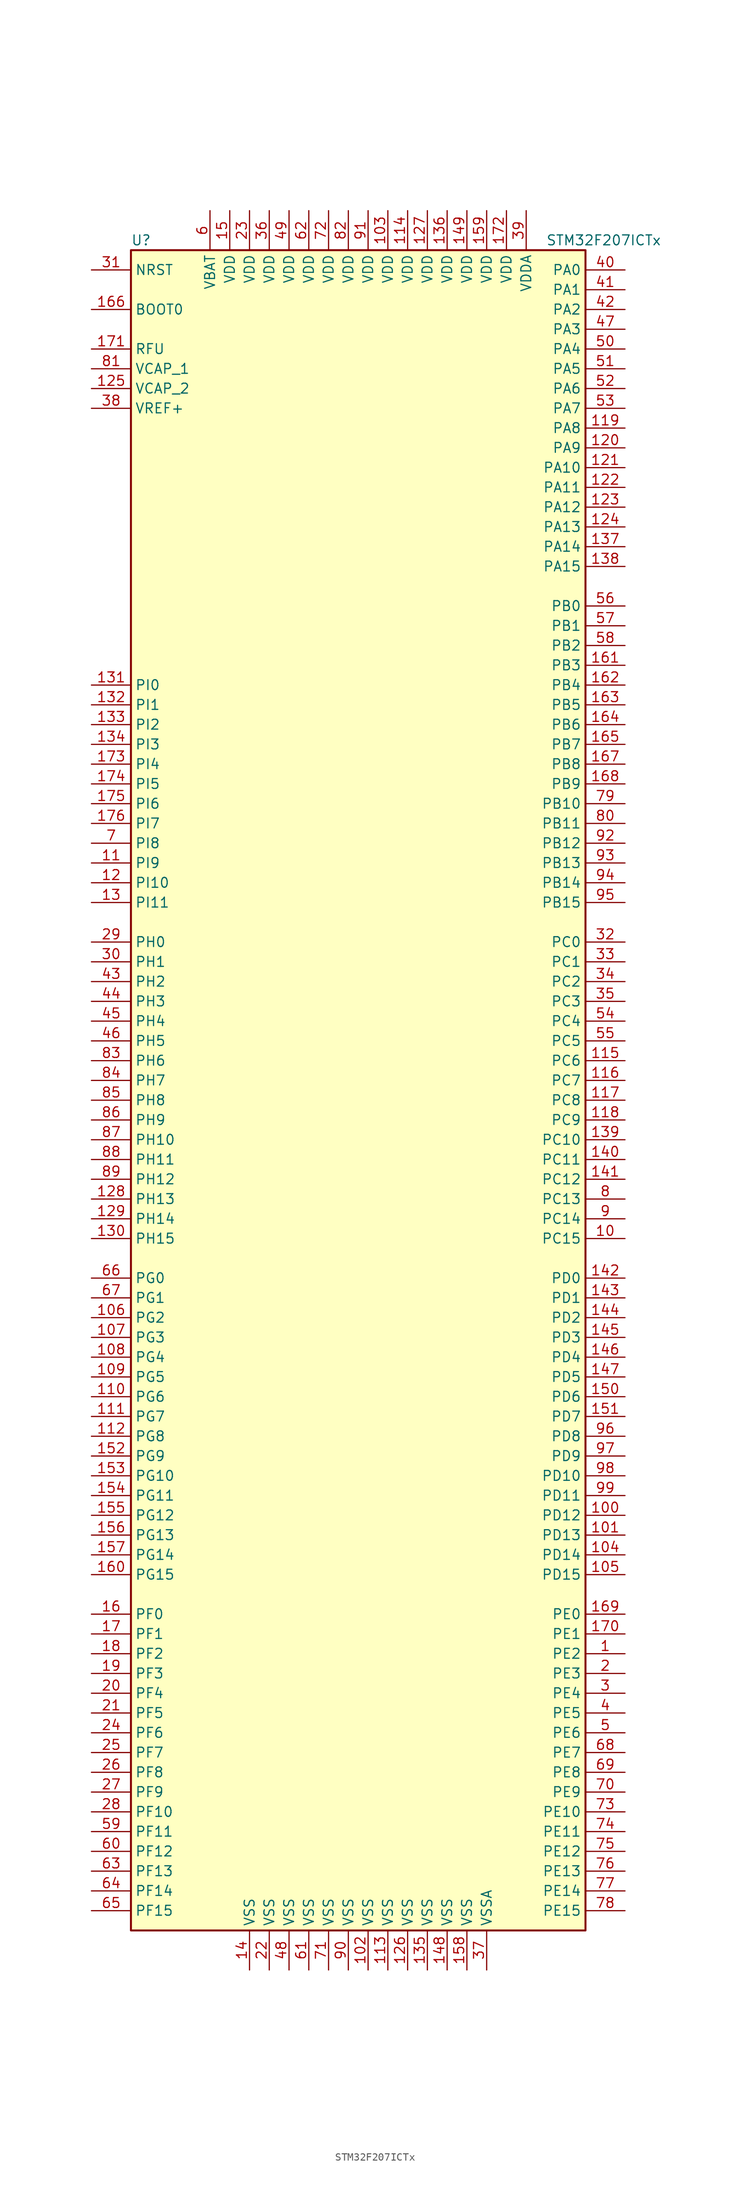
<source format=kicad_sym>
(kicad_symbol_lib
  (version 20201005)
  (generator kicad_symbol_editor)
  (symbol "STM32F207ICTx"
    (property "Reference" "U"
      (at -30.48 107.95 0)
      (effects (font (size 1.27 1.27)) (justify left)))
    (property "Value" "STM32F207ICTx"
      (at 22.86 107.95 0)
      (effects (font (size 1.27 1.27)) (justify left)))
    (symbol "STM32F207ICTx_0_1"
      (rectangle (start -30.48 -109.22) (end 27.94 106.68) (stroke (width 0.254)) (fill (type background))))
    (symbol "STM32F207ICTx_1_1"
      (pin bidirectional line (at 33.02 -73.66 180) (length 5.08) (name "PE2" (effects (font (size 1.27 1.27)))) (number "1" (effects (font (size 1.27 1.27)))))
      (pin bidirectional line (at 33.02 -20.32 180) (length 5.08) (name "PC15" (effects (font (size 1.27 1.27)))) (number "10" (effects (font (size 1.27 1.27)))))
      (pin bidirectional line (at 33.02 -55.88 180) (length 5.08) (name "PD12" (effects (font (size 1.27 1.27)))) (number "100" (effects (font (size 1.27 1.27)))))
      (pin bidirectional line (at 33.02 -58.42 180) (length 5.08) (name "PD13" (effects (font (size 1.27 1.27)))) (number "101" (effects (font (size 1.27 1.27)))))
      (pin power_in line (at 0 -114.3 90) (length 5.08) (name "VSS" (effects (font (size 1.27 1.27)))) (number "102" (effects (font (size 1.27 1.27)))))
      (pin power_in line (at 2.54 111.76 270) (length 5.08) (name "VDD" (effects (font (size 1.27 1.27)))) (number "103" (effects (font (size 1.27 1.27)))))
      (pin bidirectional line (at 33.02 -60.96 180) (length 5.08) (name "PD14" (effects (font (size 1.27 1.27)))) (number "104" (effects (font (size 1.27 1.27)))))
      (pin bidirectional line (at 33.02 -63.5 180) (length 5.08) (name "PD15" (effects (font (size 1.27 1.27)))) (number "105" (effects (font (size 1.27 1.27)))))
      (pin bidirectional line (at -35.56 -30.48 0) (length 5.08) (name "PG2" (effects (font (size 1.27 1.27)))) (number "106" (effects (font (size 1.27 1.27)))))
      (pin bidirectional line (at -35.56 -33.02 0) (length 5.08) (name "PG3" (effects (font (size 1.27 1.27)))) (number "107" (effects (font (size 1.27 1.27)))))
      (pin bidirectional line (at -35.56 -35.56 0) (length 5.08) (name "PG4" (effects (font (size 1.27 1.27)))) (number "108" (effects (font (size 1.27 1.27)))))
      (pin bidirectional line (at -35.56 -38.1 0) (length 5.08) (name "PG5" (effects (font (size 1.27 1.27)))) (number "109" (effects (font (size 1.27 1.27)))))
      (pin bidirectional line (at -35.56 27.94 0) (length 5.08) (name "PI9" (effects (font (size 1.27 1.27)))) (number "11" (effects (font (size 1.27 1.27)))))
      (pin bidirectional line (at -35.56 -40.64 0) (length 5.08) (name "PG6" (effects (font (size 1.27 1.27)))) (number "110" (effects (font (size 1.27 1.27)))))
      (pin bidirectional line (at -35.56 -43.18 0) (length 5.08) (name "PG7" (effects (font (size 1.27 1.27)))) (number "111" (effects (font (size 1.27 1.27)))))
      (pin bidirectional line (at -35.56 -45.72 0) (length 5.08) (name "PG8" (effects (font (size 1.27 1.27)))) (number "112" (effects (font (size 1.27 1.27)))))
      (pin power_in line (at 2.54 -114.3 90) (length 5.08) (name "VSS" (effects (font (size 1.27 1.27)))) (number "113" (effects (font (size 1.27 1.27)))))
      (pin power_in line (at 5.08 111.76 270) (length 5.08) (name "VDD" (effects (font (size 1.27 1.27)))) (number "114" (effects (font (size 1.27 1.27)))))
      (pin bidirectional line (at 33.02 2.54 180) (length 5.08) (name "PC6" (effects (font (size 1.27 1.27)))) (number "115" (effects (font (size 1.27 1.27)))))
      (pin bidirectional line (at 33.02 0 180) (length 5.08) (name "PC7" (effects (font (size 1.27 1.27)))) (number "116" (effects (font (size 1.27 1.27)))))
      (pin bidirectional line (at 33.02 -2.54 180) (length 5.08) (name "PC8" (effects (font (size 1.27 1.27)))) (number "117" (effects (font (size 1.27 1.27)))))
      (pin bidirectional line (at 33.02 -5.08 180) (length 5.08) (name "PC9" (effects (font (size 1.27 1.27)))) (number "118" (effects (font (size 1.27 1.27)))))
      (pin bidirectional line (at 33.02 83.82 180) (length 5.08) (name "PA8" (effects (font (size 1.27 1.27)))) (number "119" (effects (font (size 1.27 1.27)))))
      (pin bidirectional line (at -35.56 25.4 0) (length 5.08) (name "PI10" (effects (font (size 1.27 1.27)))) (number "12" (effects (font (size 1.27 1.27)))))
      (pin bidirectional line (at 33.02 81.28 180) (length 5.08) (name "PA9" (effects (font (size 1.27 1.27)))) (number "120" (effects (font (size 1.27 1.27)))))
      (pin bidirectional line (at 33.02 78.74 180) (length 5.08) (name "PA10" (effects (font (size 1.27 1.27)))) (number "121" (effects (font (size 1.27 1.27)))))
      (pin bidirectional line (at 33.02 76.2 180) (length 5.08) (name "PA11" (effects (font (size 1.27 1.27)))) (number "122" (effects (font (size 1.27 1.27)))))
      (pin bidirectional line (at 33.02 73.66 180) (length 5.08) (name "PA12" (effects (font (size 1.27 1.27)))) (number "123" (effects (font (size 1.27 1.27)))))
      (pin bidirectional line (at 33.02 71.12 180) (length 5.08) (name "PA13" (effects (font (size 1.27 1.27)))) (number "124" (effects (font (size 1.27 1.27)))))
      (pin power_in line (at -35.56 88.9 0) (length 5.08) (name "VCAP_2" (effects (font (size 1.27 1.27)))) (number "125" (effects (font (size 1.27 1.27)))))
      (pin power_in line (at 5.08 -114.3 90) (length 5.08) (name "VSS" (effects (font (size 1.27 1.27)))) (number "126" (effects (font (size 1.27 1.27)))))
      (pin power_in line (at 7.62 111.76 270) (length 5.08) (name "VDD" (effects (font (size 1.27 1.27)))) (number "127" (effects (font (size 1.27 1.27)))))
      (pin bidirectional line (at -35.56 -15.24 0) (length 5.08) (name "PH13" (effects (font (size 1.27 1.27)))) (number "128" (effects (font (size 1.27 1.27)))))
      (pin bidirectional line (at -35.56 -17.78 0) (length 5.08) (name "PH14" (effects (font (size 1.27 1.27)))) (number "129" (effects (font (size 1.27 1.27)))))
      (pin bidirectional line (at -35.56 22.86 0) (length 5.08) (name "PI11" (effects (font (size 1.27 1.27)))) (number "13" (effects (font (size 1.27 1.27)))))
      (pin bidirectional line (at -35.56 -20.32 0) (length 5.08) (name "PH15" (effects (font (size 1.27 1.27)))) (number "130" (effects (font (size 1.27 1.27)))))
      (pin bidirectional line (at -35.56 50.8 0) (length 5.08) (name "PI0" (effects (font (size 1.27 1.27)))) (number "131" (effects (font (size 1.27 1.27)))))
      (pin bidirectional line (at -35.56 48.26 0) (length 5.08) (name "PI1" (effects (font (size 1.27 1.27)))) (number "132" (effects (font (size 1.27 1.27)))))
      (pin bidirectional line (at -35.56 45.72 0) (length 5.08) (name "PI2" (effects (font (size 1.27 1.27)))) (number "133" (effects (font (size 1.27 1.27)))))
      (pin bidirectional line (at -35.56 43.18 0) (length 5.08) (name "PI3" (effects (font (size 1.27 1.27)))) (number "134" (effects (font (size 1.27 1.27)))))
      (pin power_in line (at 7.62 -114.3 90) (length 5.08) (name "VSS" (effects (font (size 1.27 1.27)))) (number "135" (effects (font (size 1.27 1.27)))))
      (pin power_in line (at 10.16 111.76 270) (length 5.08) (name "VDD" (effects (font (size 1.27 1.27)))) (number "136" (effects (font (size 1.27 1.27)))))
      (pin bidirectional line (at 33.02 68.58 180) (length 5.08) (name "PA14" (effects (font (size 1.27 1.27)))) (number "137" (effects (font (size 1.27 1.27)))))
      (pin bidirectional line (at 33.02 66.04 180) (length 5.08) (name "PA15" (effects (font (size 1.27 1.27)))) (number "138" (effects (font (size 1.27 1.27)))))
      (pin bidirectional line (at 33.02 -7.62 180) (length 5.08) (name "PC10" (effects (font (size 1.27 1.27)))) (number "139" (effects (font (size 1.27 1.27)))))
      (pin power_in line (at -15.24 -114.3 90) (length 5.08) (name "VSS" (effects (font (size 1.27 1.27)))) (number "14" (effects (font (size 1.27 1.27)))))
      (pin bidirectional line (at 33.02 -10.16 180) (length 5.08) (name "PC11" (effects (font (size 1.27 1.27)))) (number "140" (effects (font (size 1.27 1.27)))))
      (pin bidirectional line (at 33.02 -12.7 180) (length 5.08) (name "PC12" (effects (font (size 1.27 1.27)))) (number "141" (effects (font (size 1.27 1.27)))))
      (pin bidirectional line (at 33.02 -25.4 180) (length 5.08) (name "PD0" (effects (font (size 1.27 1.27)))) (number "142" (effects (font (size 1.27 1.27)))))
      (pin bidirectional line (at 33.02 -27.94 180) (length 5.08) (name "PD1" (effects (font (size 1.27 1.27)))) (number "143" (effects (font (size 1.27 1.27)))))
      (pin bidirectional line (at 33.02 -30.48 180) (length 5.08) (name "PD2" (effects (font (size 1.27 1.27)))) (number "144" (effects (font (size 1.27 1.27)))))
      (pin bidirectional line (at 33.02 -33.02 180) (length 5.08) (name "PD3" (effects (font (size 1.27 1.27)))) (number "145" (effects (font (size 1.27 1.27)))))
      (pin bidirectional line (at 33.02 -35.56 180) (length 5.08) (name "PD4" (effects (font (size 1.27 1.27)))) (number "146" (effects (font (size 1.27 1.27)))))
      (pin bidirectional line (at 33.02 -38.1 180) (length 5.08) (name "PD5" (effects (font (size 1.27 1.27)))) (number "147" (effects (font (size 1.27 1.27)))))
      (pin power_in line (at 10.16 -114.3 90) (length 5.08) (name "VSS" (effects (font (size 1.27 1.27)))) (number "148" (effects (font (size 1.27 1.27)))))
      (pin power_in line (at 12.7 111.76 270) (length 5.08) (name "VDD" (effects (font (size 1.27 1.27)))) (number "149" (effects (font (size 1.27 1.27)))))
      (pin power_in line (at -17.78 111.76 270) (length 5.08) (name "VDD" (effects (font (size 1.27 1.27)))) (number "15" (effects (font (size 1.27 1.27)))))
      (pin bidirectional line (at 33.02 -40.64 180) (length 5.08) (name "PD6" (effects (font (size 1.27 1.27)))) (number "150" (effects (font (size 1.27 1.27)))))
      (pin bidirectional line (at 33.02 -43.18 180) (length 5.08) (name "PD7" (effects (font (size 1.27 1.27)))) (number "151" (effects (font (size 1.27 1.27)))))
      (pin bidirectional line (at -35.56 -48.26 0) (length 5.08) (name "PG9" (effects (font (size 1.27 1.27)))) (number "152" (effects (font (size 1.27 1.27)))))
      (pin bidirectional line (at -35.56 -50.8 0) (length 5.08) (name "PG10" (effects (font (size 1.27 1.27)))) (number "153" (effects (font (size 1.27 1.27)))))
      (pin bidirectional line (at -35.56 -53.34 0) (length 5.08) (name "PG11" (effects (font (size 1.27 1.27)))) (number "154" (effects (font (size 1.27 1.27)))))
      (pin bidirectional line (at -35.56 -55.88 0) (length 5.08) (name "PG12" (effects (font (size 1.27 1.27)))) (number "155" (effects (font (size 1.27 1.27)))))
      (pin bidirectional line (at -35.56 -58.42 0) (length 5.08) (name "PG13" (effects (font (size 1.27 1.27)))) (number "156" (effects (font (size 1.27 1.27)))))
      (pin bidirectional line (at -35.56 -60.96 0) (length 5.08) (name "PG14" (effects (font (size 1.27 1.27)))) (number "157" (effects (font (size 1.27 1.27)))))
      (pin power_in line (at 12.7 -114.3 90) (length 5.08) (name "VSS" (effects (font (size 1.27 1.27)))) (number "158" (effects (font (size 1.27 1.27)))))
      (pin power_in line (at 15.24 111.76 270) (length 5.08) (name "VDD" (effects (font (size 1.27 1.27)))) (number "159" (effects (font (size 1.27 1.27)))))
      (pin bidirectional line (at -35.56 -68.58 0) (length 5.08) (name "PF0" (effects (font (size 1.27 1.27)))) (number "16" (effects (font (size 1.27 1.27)))))
      (pin bidirectional line (at -35.56 -63.5 0) (length 5.08) (name "PG15" (effects (font (size 1.27 1.27)))) (number "160" (effects (font (size 1.27 1.27)))))
      (pin bidirectional line (at 33.02 53.34 180) (length 5.08) (name "PB3" (effects (font (size 1.27 1.27)))) (number "161" (effects (font (size 1.27 1.27)))))
      (pin bidirectional line (at 33.02 50.8 180) (length 5.08) (name "PB4" (effects (font (size 1.27 1.27)))) (number "162" (effects (font (size 1.27 1.27)))))
      (pin bidirectional line (at 33.02 48.26 180) (length 5.08) (name "PB5" (effects (font (size 1.27 1.27)))) (number "163" (effects (font (size 1.27 1.27)))))
      (pin bidirectional line (at 33.02 45.72 180) (length 5.08) (name "PB6" (effects (font (size 1.27 1.27)))) (number "164" (effects (font (size 1.27 1.27)))))
      (pin bidirectional line (at 33.02 43.18 180) (length 5.08) (name "PB7" (effects (font (size 1.27 1.27)))) (number "165" (effects (font (size 1.27 1.27)))))
      (pin input line (at -35.56 99.06 0) (length 5.08) (name "BOOT0" (effects (font (size 1.27 1.27)))) (number "166" (effects (font (size 1.27 1.27)))))
      (pin bidirectional line (at 33.02 40.64 180) (length 5.08) (name "PB8" (effects (font (size 1.27 1.27)))) (number "167" (effects (font (size 1.27 1.27)))))
      (pin bidirectional line (at 33.02 38.1 180) (length 5.08) (name "PB9" (effects (font (size 1.27 1.27)))) (number "168" (effects (font (size 1.27 1.27)))))
      (pin bidirectional line (at 33.02 -68.58 180) (length 5.08) (name "PE0" (effects (font (size 1.27 1.27)))) (number "169" (effects (font (size 1.27 1.27)))))
      (pin bidirectional line (at -35.56 -71.12 0) (length 5.08) (name "PF1" (effects (font (size 1.27 1.27)))) (number "17" (effects (font (size 1.27 1.27)))))
      (pin bidirectional line (at 33.02 -71.12 180) (length 5.08) (name "PE1" (effects (font (size 1.27 1.27)))) (number "170" (effects (font (size 1.27 1.27)))))
      (pin power_in line (at -35.56 93.98 0) (length 5.08) (name "RFU" (effects (font (size 1.27 1.27)))) (number "171" (effects (font (size 1.27 1.27)))))
      (pin power_in line (at 17.78 111.76 270) (length 5.08) (name "VDD" (effects (font (size 1.27 1.27)))) (number "172" (effects (font (size 1.27 1.27)))))
      (pin bidirectional line (at -35.56 40.64 0) (length 5.08) (name "PI4" (effects (font (size 1.27 1.27)))) (number "173" (effects (font (size 1.27 1.27)))))
      (pin bidirectional line (at -35.56 38.1 0) (length 5.08) (name "PI5" (effects (font (size 1.27 1.27)))) (number "174" (effects (font (size 1.27 1.27)))))
      (pin bidirectional line (at -35.56 35.56 0) (length 5.08) (name "PI6" (effects (font (size 1.27 1.27)))) (number "175" (effects (font (size 1.27 1.27)))))
      (pin bidirectional line (at -35.56 33.02 0) (length 5.08) (name "PI7" (effects (font (size 1.27 1.27)))) (number "176" (effects (font (size 1.27 1.27)))))
      (pin bidirectional line (at -35.56 -73.66 0) (length 5.08) (name "PF2" (effects (font (size 1.27 1.27)))) (number "18" (effects (font (size 1.27 1.27)))))
      (pin bidirectional line (at -35.56 -76.2 0) (length 5.08) (name "PF3" (effects (font (size 1.27 1.27)))) (number "19" (effects (font (size 1.27 1.27)))))
      (pin bidirectional line (at 33.02 -76.2 180) (length 5.08) (name "PE3" (effects (font (size 1.27 1.27)))) (number "2" (effects (font (size 1.27 1.27)))))
      (pin bidirectional line (at -35.56 -78.74 0) (length 5.08) (name "PF4" (effects (font (size 1.27 1.27)))) (number "20" (effects (font (size 1.27 1.27)))))
      (pin bidirectional line (at -35.56 -81.28 0) (length 5.08) (name "PF5" (effects (font (size 1.27 1.27)))) (number "21" (effects (font (size 1.27 1.27)))))
      (pin power_in line (at -12.7 -114.3 90) (length 5.08) (name "VSS" (effects (font (size 1.27 1.27)))) (number "22" (effects (font (size 1.27 1.27)))))
      (pin power_in line (at -15.24 111.76 270) (length 5.08) (name "VDD" (effects (font (size 1.27 1.27)))) (number "23" (effects (font (size 1.27 1.27)))))
      (pin bidirectional line (at -35.56 -83.82 0) (length 5.08) (name "PF6" (effects (font (size 1.27 1.27)))) (number "24" (effects (font (size 1.27 1.27)))))
      (pin bidirectional line (at -35.56 -86.36 0) (length 5.08) (name "PF7" (effects (font (size 1.27 1.27)))) (number "25" (effects (font (size 1.27 1.27)))))
      (pin bidirectional line (at -35.56 -88.9 0) (length 5.08) (name "PF8" (effects (font (size 1.27 1.27)))) (number "26" (effects (font (size 1.27 1.27)))))
      (pin bidirectional line (at -35.56 -91.44 0) (length 5.08) (name "PF9" (effects (font (size 1.27 1.27)))) (number "27" (effects (font (size 1.27 1.27)))))
      (pin bidirectional line (at -35.56 -93.98 0) (length 5.08) (name "PF10" (effects (font (size 1.27 1.27)))) (number "28" (effects (font (size 1.27 1.27)))))
      (pin input line (at -35.56 17.78 0) (length 5.08) (name "PH0" (effects (font (size 1.27 1.27)))) (number "29" (effects (font (size 1.27 1.27)))))
      (pin bidirectional line (at 33.02 -78.74 180) (length 5.08) (name "PE4" (effects (font (size 1.27 1.27)))) (number "3" (effects (font (size 1.27 1.27)))))
      (pin input line (at -35.56 15.24 0) (length 5.08) (name "PH1" (effects (font (size 1.27 1.27)))) (number "30" (effects (font (size 1.27 1.27)))))
      (pin input line (at -35.56 104.14 0) (length 5.08) (name "NRST" (effects (font (size 1.27 1.27)))) (number "31" (effects (font (size 1.27 1.27)))))
      (pin bidirectional line (at 33.02 17.78 180) (length 5.08) (name "PC0" (effects (font (size 1.27 1.27)))) (number "32" (effects (font (size 1.27 1.27)))))
      (pin bidirectional line (at 33.02 15.24 180) (length 5.08) (name "PC1" (effects (font (size 1.27 1.27)))) (number "33" (effects (font (size 1.27 1.27)))))
      (pin bidirectional line (at 33.02 12.7 180) (length 5.08) (name "PC2" (effects (font (size 1.27 1.27)))) (number "34" (effects (font (size 1.27 1.27)))))
      (pin bidirectional line (at 33.02 10.16 180) (length 5.08) (name "PC3" (effects (font (size 1.27 1.27)))) (number "35" (effects (font (size 1.27 1.27)))))
      (pin power_in line (at -12.7 111.76 270) (length 5.08) (name "VDD" (effects (font (size 1.27 1.27)))) (number "36" (effects (font (size 1.27 1.27)))))
      (pin power_in line (at 15.24 -114.3 90) (length 5.08) (name "VSSA" (effects (font (size 1.27 1.27)))) (number "37" (effects (font (size 1.27 1.27)))))
      (pin power_in line (at -35.56 86.36 0) (length 5.08) (name "VREF+" (effects (font (size 1.27 1.27)))) (number "38" (effects (font (size 1.27 1.27)))))
      (pin power_in line (at 20.32 111.76 270) (length 5.08) (name "VDDA" (effects (font (size 1.27 1.27)))) (number "39" (effects (font (size 1.27 1.27)))))
      (pin bidirectional line (at 33.02 -81.28 180) (length 5.08) (name "PE5" (effects (font (size 1.27 1.27)))) (number "4" (effects (font (size 1.27 1.27)))))
      (pin bidirectional line (at 33.02 104.14 180) (length 5.08) (name "PA0" (effects (font (size 1.27 1.27)))) (number "40" (effects (font (size 1.27 1.27)))))
      (pin bidirectional line (at 33.02 101.6 180) (length 5.08) (name "PA1" (effects (font (size 1.27 1.27)))) (number "41" (effects (font (size 1.27 1.27)))))
      (pin bidirectional line (at 33.02 99.06 180) (length 5.08) (name "PA2" (effects (font (size 1.27 1.27)))) (number "42" (effects (font (size 1.27 1.27)))))
      (pin bidirectional line (at -35.56 12.7 0) (length 5.08) (name "PH2" (effects (font (size 1.27 1.27)))) (number "43" (effects (font (size 1.27 1.27)))))
      (pin bidirectional line (at -35.56 10.16 0) (length 5.08) (name "PH3" (effects (font (size 1.27 1.27)))) (number "44" (effects (font (size 1.27 1.27)))))
      (pin bidirectional line (at -35.56 7.62 0) (length 5.08) (name "PH4" (effects (font (size 1.27 1.27)))) (number "45" (effects (font (size 1.27 1.27)))))
      (pin bidirectional line (at -35.56 5.08 0) (length 5.08) (name "PH5" (effects (font (size 1.27 1.27)))) (number "46" (effects (font (size 1.27 1.27)))))
      (pin bidirectional line (at 33.02 96.52 180) (length 5.08) (name "PA3" (effects (font (size 1.27 1.27)))) (number "47" (effects (font (size 1.27 1.27)))))
      (pin power_in line (at -10.16 -114.3 90) (length 5.08) (name "VSS" (effects (font (size 1.27 1.27)))) (number "48" (effects (font (size 1.27 1.27)))))
      (pin power_in line (at -10.16 111.76 270) (length 5.08) (name "VDD" (effects (font (size 1.27 1.27)))) (number "49" (effects (font (size 1.27 1.27)))))
      (pin bidirectional line (at 33.02 -83.82 180) (length 5.08) (name "PE6" (effects (font (size 1.27 1.27)))) (number "5" (effects (font (size 1.27 1.27)))))
      (pin bidirectional line (at 33.02 93.98 180) (length 5.08) (name "PA4" (effects (font (size 1.27 1.27)))) (number "50" (effects (font (size 1.27 1.27)))))
      (pin bidirectional line (at 33.02 91.44 180) (length 5.08) (name "PA5" (effects (font (size 1.27 1.27)))) (number "51" (effects (font (size 1.27 1.27)))))
      (pin bidirectional line (at 33.02 88.9 180) (length 5.08) (name "PA6" (effects (font (size 1.27 1.27)))) (number "52" (effects (font (size 1.27 1.27)))))
      (pin bidirectional line (at 33.02 86.36 180) (length 5.08) (name "PA7" (effects (font (size 1.27 1.27)))) (number "53" (effects (font (size 1.27 1.27)))))
      (pin bidirectional line (at 33.02 7.62 180) (length 5.08) (name "PC4" (effects (font (size 1.27 1.27)))) (number "54" (effects (font (size 1.27 1.27)))))
      (pin bidirectional line (at 33.02 5.08 180) (length 5.08) (name "PC5" (effects (font (size 1.27 1.27)))) (number "55" (effects (font (size 1.27 1.27)))))
      (pin bidirectional line (at 33.02 60.96 180) (length 5.08) (name "PB0" (effects (font (size 1.27 1.27)))) (number "56" (effects (font (size 1.27 1.27)))))
      (pin bidirectional line (at 33.02 58.42 180) (length 5.08) (name "PB1" (effects (font (size 1.27 1.27)))) (number "57" (effects (font (size 1.27 1.27)))))
      (pin bidirectional line (at 33.02 55.88 180) (length 5.08) (name "PB2" (effects (font (size 1.27 1.27)))) (number "58" (effects (font (size 1.27 1.27)))))
      (pin bidirectional line (at -35.56 -96.52 0) (length 5.08) (name "PF11" (effects (font (size 1.27 1.27)))) (number "59" (effects (font (size 1.27 1.27)))))
      (pin power_in line (at -20.32 111.76 270) (length 5.08) (name "VBAT" (effects (font (size 1.27 1.27)))) (number "6" (effects (font (size 1.27 1.27)))))
      (pin bidirectional line (at -35.56 -99.06 0) (length 5.08) (name "PF12" (effects (font (size 1.27 1.27)))) (number "60" (effects (font (size 1.27 1.27)))))
      (pin power_in line (at -7.62 -114.3 90) (length 5.08) (name "VSS" (effects (font (size 1.27 1.27)))) (number "61" (effects (font (size 1.27 1.27)))))
      (pin power_in line (at -7.62 111.76 270) (length 5.08) (name "VDD" (effects (font (size 1.27 1.27)))) (number "62" (effects (font (size 1.27 1.27)))))
      (pin bidirectional line (at -35.56 -101.6 0) (length 5.08) (name "PF13" (effects (font (size 1.27 1.27)))) (number "63" (effects (font (size 1.27 1.27)))))
      (pin bidirectional line (at -35.56 -104.14 0) (length 5.08) (name "PF14" (effects (font (size 1.27 1.27)))) (number "64" (effects (font (size 1.27 1.27)))))
      (pin bidirectional line (at -35.56 -106.68 0) (length 5.08) (name "PF15" (effects (font (size 1.27 1.27)))) (number "65" (effects (font (size 1.27 1.27)))))
      (pin bidirectional line (at -35.56 -25.4 0) (length 5.08) (name "PG0" (effects (font (size 1.27 1.27)))) (number "66" (effects (font (size 1.27 1.27)))))
      (pin bidirectional line (at -35.56 -27.94 0) (length 5.08) (name "PG1" (effects (font (size 1.27 1.27)))) (number "67" (effects (font (size 1.27 1.27)))))
      (pin bidirectional line (at 33.02 -86.36 180) (length 5.08) (name "PE7" (effects (font (size 1.27 1.27)))) (number "68" (effects (font (size 1.27 1.27)))))
      (pin bidirectional line (at 33.02 -88.9 180) (length 5.08) (name "PE8" (effects (font (size 1.27 1.27)))) (number "69" (effects (font (size 1.27 1.27)))))
      (pin bidirectional line (at -35.56 30.48 0) (length 5.08) (name "PI8" (effects (font (size 1.27 1.27)))) (number "7" (effects (font (size 1.27 1.27)))))
      (pin bidirectional line (at 33.02 -91.44 180) (length 5.08) (name "PE9" (effects (font (size 1.27 1.27)))) (number "70" (effects (font (size 1.27 1.27)))))
      (pin power_in line (at -5.08 -114.3 90) (length 5.08) (name "VSS" (effects (font (size 1.27 1.27)))) (number "71" (effects (font (size 1.27 1.27)))))
      (pin power_in line (at -5.08 111.76 270) (length 5.08) (name "VDD" (effects (font (size 1.27 1.27)))) (number "72" (effects (font (size 1.27 1.27)))))
      (pin bidirectional line (at 33.02 -93.98 180) (length 5.08) (name "PE10" (effects (font (size 1.27 1.27)))) (number "73" (effects (font (size 1.27 1.27)))))
      (pin bidirectional line (at 33.02 -96.52 180) (length 5.08) (name "PE11" (effects (font (size 1.27 1.27)))) (number "74" (effects (font (size 1.27 1.27)))))
      (pin bidirectional line (at 33.02 -99.06 180) (length 5.08) (name "PE12" (effects (font (size 1.27 1.27)))) (number "75" (effects (font (size 1.27 1.27)))))
      (pin bidirectional line (at 33.02 -101.6 180) (length 5.08) (name "PE13" (effects (font (size 1.27 1.27)))) (number "76" (effects (font (size 1.27 1.27)))))
      (pin bidirectional line (at 33.02 -104.14 180) (length 5.08) (name "PE14" (effects (font (size 1.27 1.27)))) (number "77" (effects (font (size 1.27 1.27)))))
      (pin bidirectional line (at 33.02 -106.68 180) (length 5.08) (name "PE15" (effects (font (size 1.27 1.27)))) (number "78" (effects (font (size 1.27 1.27)))))
      (pin bidirectional line (at 33.02 35.56 180) (length 5.08) (name "PB10" (effects (font (size 1.27 1.27)))) (number "79" (effects (font (size 1.27 1.27)))))
      (pin bidirectional line (at 33.02 -15.24 180) (length 5.08) (name "PC13" (effects (font (size 1.27 1.27)))) (number "8" (effects (font (size 1.27 1.27)))))
      (pin bidirectional line (at 33.02 33.02 180) (length 5.08) (name "PB11" (effects (font (size 1.27 1.27)))) (number "80" (effects (font (size 1.27 1.27)))))
      (pin power_in line (at -35.56 91.44 0) (length 5.08) (name "VCAP_1" (effects (font (size 1.27 1.27)))) (number "81" (effects (font (size 1.27 1.27)))))
      (pin power_in line (at -2.54 111.76 270) (length 5.08) (name "VDD" (effects (font (size 1.27 1.27)))) (number "82" (effects (font (size 1.27 1.27)))))
      (pin bidirectional line (at -35.56 2.54 0) (length 5.08) (name "PH6" (effects (font (size 1.27 1.27)))) (number "83" (effects (font (size 1.27 1.27)))))
      (pin bidirectional line (at -35.56 0 0) (length 5.08) (name "PH7" (effects (font (size 1.27 1.27)))) (number "84" (effects (font (size 1.27 1.27)))))
      (pin bidirectional line (at -35.56 -2.54 0) (length 5.08) (name "PH8" (effects (font (size 1.27 1.27)))) (number "85" (effects (font (size 1.27 1.27)))))
      (pin bidirectional line (at -35.56 -5.08 0) (length 5.08) (name "PH9" (effects (font (size 1.27 1.27)))) (number "86" (effects (font (size 1.27 1.27)))))
      (pin bidirectional line (at -35.56 -7.62 0) (length 5.08) (name "PH10" (effects (font (size 1.27 1.27)))) (number "87" (effects (font (size 1.27 1.27)))))
      (pin bidirectional line (at -35.56 -10.16 0) (length 5.08) (name "PH11" (effects (font (size 1.27 1.27)))) (number "88" (effects (font (size 1.27 1.27)))))
      (pin bidirectional line (at -35.56 -12.7 0) (length 5.08) (name "PH12" (effects (font (size 1.27 1.27)))) (number "89" (effects (font (size 1.27 1.27)))))
      (pin bidirectional line (at 33.02 -17.78 180) (length 5.08) (name "PC14" (effects (font (size 1.27 1.27)))) (number "9" (effects (font (size 1.27 1.27)))))
      (pin power_in line (at -2.54 -114.3 90) (length 5.08) (name "VSS" (effects (font (size 1.27 1.27)))) (number "90" (effects (font (size 1.27 1.27)))))
      (pin power_in line (at 0 111.76 270) (length 5.08) (name "VDD" (effects (font (size 1.27 1.27)))) (number "91" (effects (font (size 1.27 1.27)))))
      (pin bidirectional line (at 33.02 30.48 180) (length 5.08) (name "PB12" (effects (font (size 1.27 1.27)))) (number "92" (effects (font (size 1.27 1.27)))))
      (pin bidirectional line (at 33.02 27.94 180) (length 5.08) (name "PB13" (effects (font (size 1.27 1.27)))) (number "93" (effects (font (size 1.27 1.27)))))
      (pin bidirectional line (at 33.02 25.4 180) (length 5.08) (name "PB14" (effects (font (size 1.27 1.27)))) (number "94" (effects (font (size 1.27 1.27)))))
      (pin bidirectional line (at 33.02 22.86 180) (length 5.08) (name "PB15" (effects (font (size 1.27 1.27)))) (number "95" (effects (font (size 1.27 1.27)))))
      (pin bidirectional line (at 33.02 -45.72 180) (length 5.08) (name "PD8" (effects (font (size 1.27 1.27)))) (number "96" (effects (font (size 1.27 1.27)))))
      (pin bidirectional line (at 33.02 -48.26 180) (length 5.08) (name "PD9" (effects (font (size 1.27 1.27)))) (number "97" (effects (font (size 1.27 1.27)))))
      (pin bidirectional line (at 33.02 -50.8 180) (length 5.08) (name "PD10" (effects (font (size 1.27 1.27)))) (number "98" (effects (font (size 1.27 1.27)))))
      (pin bidirectional line (at 33.02 -53.34 180) (length 5.08) (name "PD11" (effects (font (size 1.27 1.27)))) (number "99" (effects (font (size 1.27 1.27))))))))
</source>
